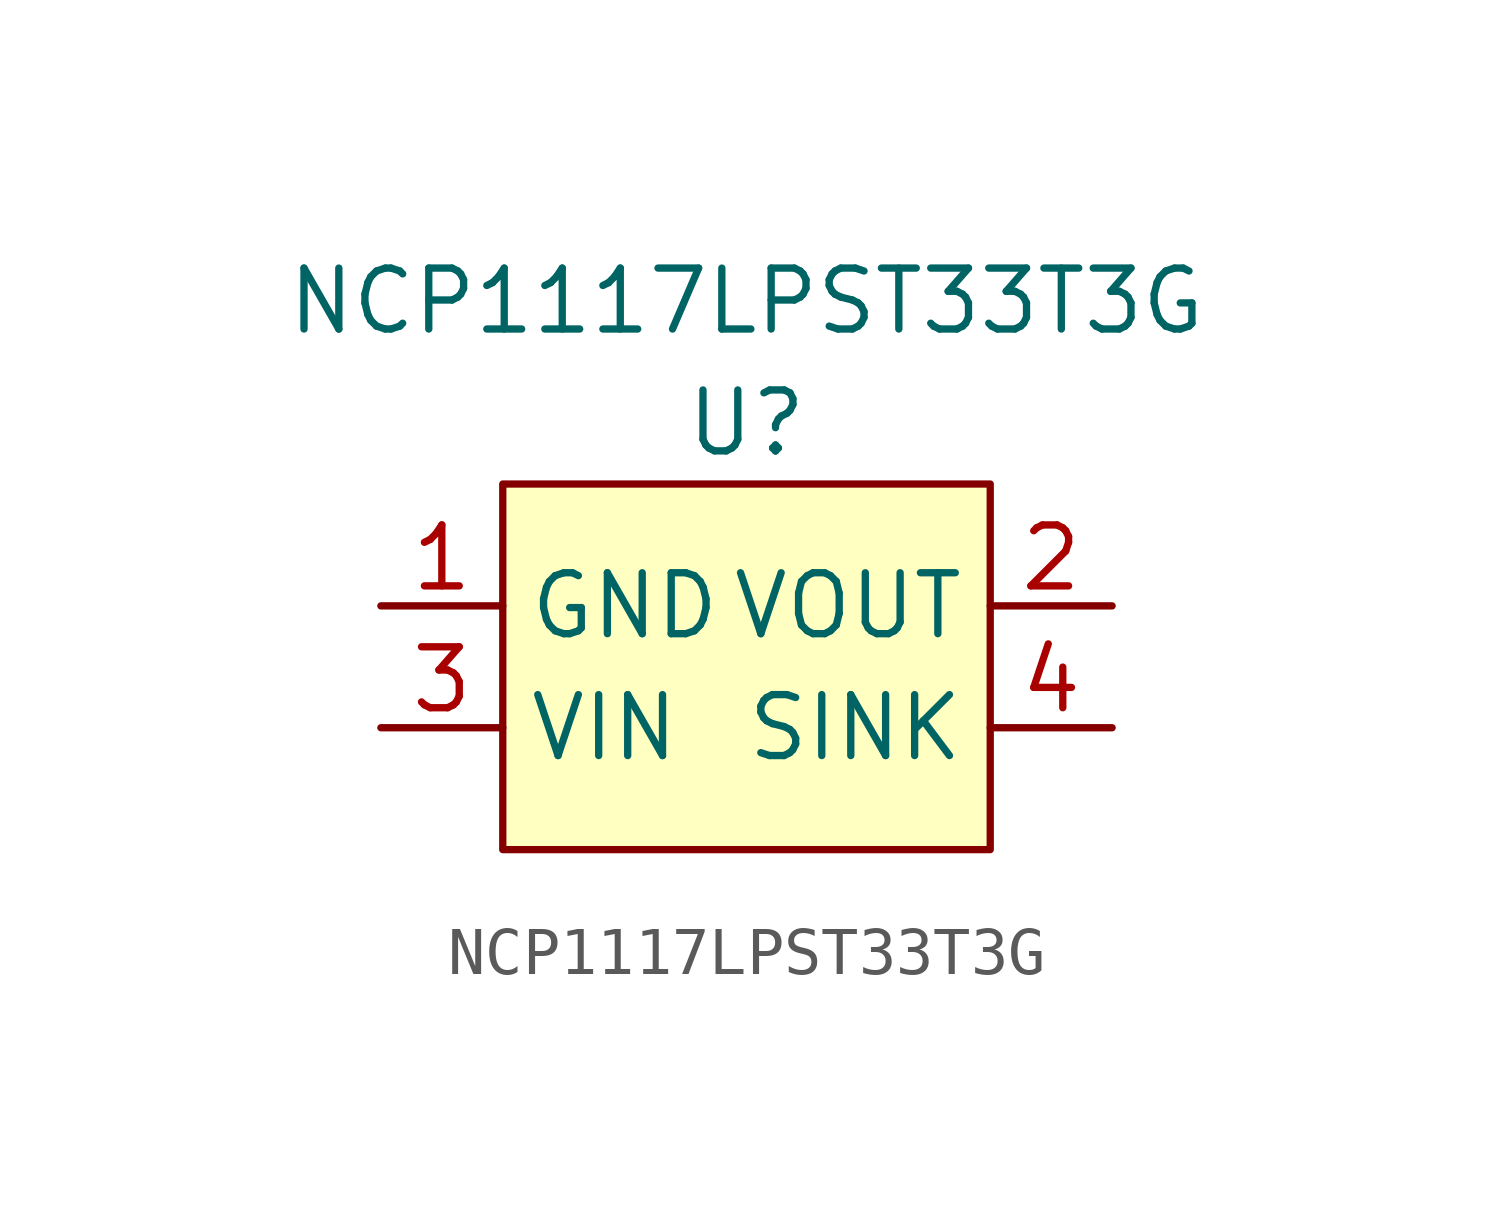
<source format=kicad_sym>
(kicad_symbol_lib
  (version 20211014)
  (generator kicad_symbol_editor)
  (symbol "NCP1117LPST33T3G"
    (property "Reference" "U"
      (at 0 5.08 0)
      (effects (font (size 1.27 1.27))))
    (property "Value" "NCP1117LPST33T3G"
      (at 0 7.62 0)
      (effects (font (size 1.27 1.27))))
    (symbol "NCP1117LPST33T3G_0_1"
      (rectangle (start -5.08 3.81) (end 5.08 -3.81) (stroke (width 0.152) (type default) (color 0 0 0 0)) (fill (type background))))
    (symbol "NCP1117LPST33T3G_1_1"
      (pin power_in line (at -7.62 1.27 0) (length 2.54) (name "GND" (effects (font (size 1.27 1.27)))) (number "1" (effects (font (size 1.27 1.27)))))
      (pin input line (at 7.62 1.27 180) (length 2.54) (name "VOUT" (effects (font (size 1.27 1.27)))) (number "2" (effects (font (size 1.27 1.27)))))
      (pin power_in line (at -7.62 -1.27 0) (length 2.54) (name "VIN" (effects (font (size 1.27 1.27)))) (number "3" (effects (font (size 1.27 1.27)))))
      (pin passive line (at 7.62 -1.27 180) (length 2.54) (name "SINK" (effects (font (size 1.27 1.27)))) (number "4" (effects (font (size 1.27 1.27))))))))
</source>
